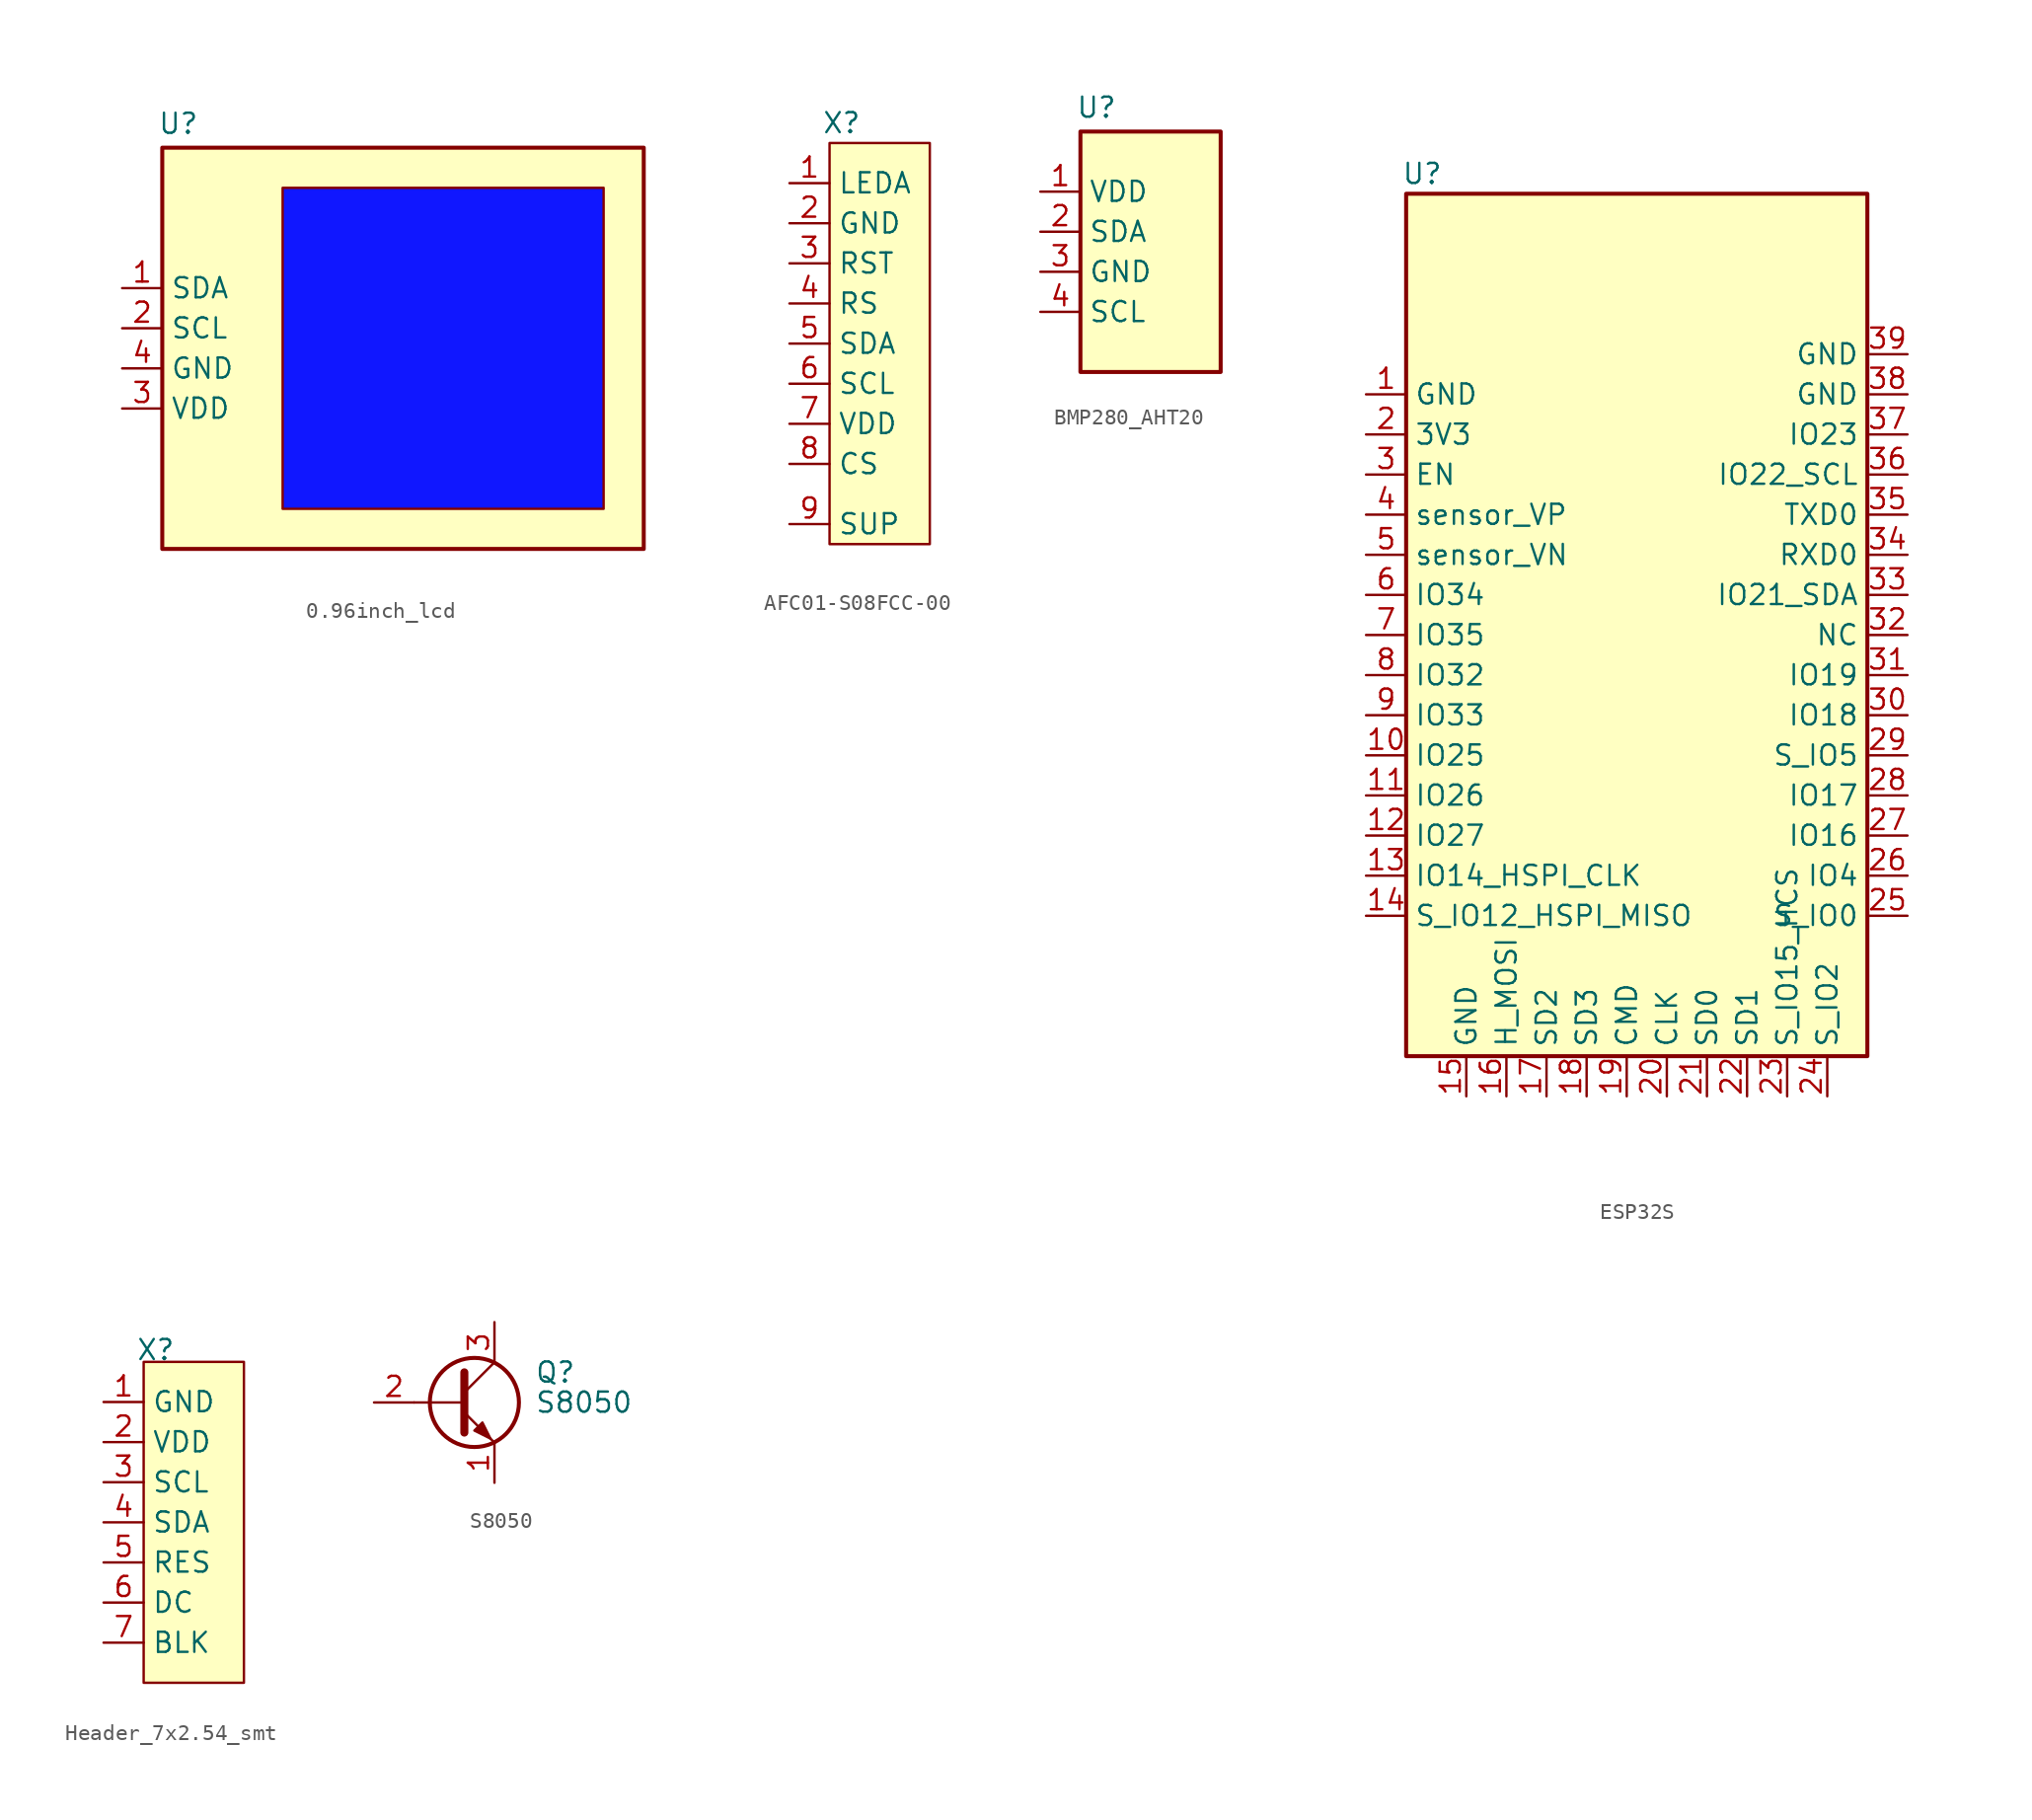
<source format=kicad_sym>
(kicad_symbol_lib
  (version 20241209)
  (generator "kicad_symbol_editor")
  (generator_version "9.0")
  (symbol "0.96inch_lcd"
    (property "Reference" "U"
      (at 1.016 1.524 0)
      (effects (font (size 1.27 1.27))))
    (property "Value" ""
      (at 0 0 0)
      (effects (font (size 1.27 1.27))))
    (symbol "0.96inch_lcd_0_1"
      (rectangle (start 0 0) (end 30.48 -25.4) (stroke (width 0.254) (type default)) (fill (type background))))
    (symbol "0.96inch_lcd_1_1"
      (rectangle (start 7.62 -2.54) (end 27.94 -22.86) (stroke (width 0) (type solid)) (fill (type color) (color 16 23 255 1)))
      (pin bidirectional line (at -2.54 -8.89 0) (length 2.54) (name "SDA" (effects (font (size 1.27 1.27)))) (number "1" (effects (font (size 1.27 1.27)))))
      (pin bidirectional line (at -2.54 -11.43 0) (length 2.54) (name "SCL" (effects (font (size 1.27 1.27)))) (number "2" (effects (font (size 1.27 1.27)))))
      (pin power_in line (at -2.54 -13.97 0) (length 2.54) (name "GND" (effects (font (size 1.27 1.27)))) (number "4" (effects (font (size 1.27 1.27)))))
      (pin power_in line (at -2.54 -16.51 0) (length 2.54) (name "VDD" (effects (font (size 1.27 1.27)))) (number "3" (effects (font (size 1.27 1.27)))))))
  (symbol "AFC01-S08FCC-00"
    (property "Reference" "X"
      (at 0.762 1.27 0)
      (effects (font (size 1.27 1.27))))
    (property "Value" ""
      (at 0 0 0)
      (effects (font (size 1.27 1.27))))
    (symbol "AFC01-S08FCC-00_1_1"
      (rectangle (start 0 0) (end 6.35 -25.4) (stroke (width 0) (type solid)) (fill (type color) (color 255 255 194 1)))
      (pin passive line (at -2.54 -2.54 0) (length 2.54) (name "LEDA" (effects (font (size 1.27 1.27)))) (number "1" (effects (font (size 1.27 1.27)))))
      (pin power_in line (at -2.54 -5.08 0) (length 2.54) (name "GND" (effects (font (size 1.27 1.27)))) (number "2" (effects (font (size 1.27 1.27)))))
      (pin input line (at -2.54 -7.62 0) (length 2.54) (name "RST" (effects (font (size 1.27 1.27)))) (number "3" (effects (font (size 1.27 1.27)))))
      (pin input line (at -2.54 -10.16 0) (length 2.54) (name "RS" (effects (font (size 1.27 1.27)))) (number "4" (effects (font (size 1.27 1.27)))))
      (pin bidirectional line (at -2.54 -12.7 0) (length 2.54) (name "SDA" (effects (font (size 1.27 1.27)))) (number "5" (effects (font (size 1.27 1.27)))))
      (pin bidirectional line (at -2.54 -15.24 0) (length 2.54) (name "SCL" (effects (font (size 1.27 1.27)))) (number "6" (effects (font (size 1.27 1.27)))))
      (pin power_in line (at -2.54 -17.78 0) (length 2.54) (name "VDD" (effects (font (size 1.27 1.27)))) (number "7" (effects (font (size 1.27 1.27)))))
      (pin passive line (at -2.54 -20.32 0) (length 2.54) (name "CS" (effects (font (size 1.27 1.27)))) (number "8" (effects (font (size 1.27 1.27)))))
      (pin passive line (at -2.54 -24.13 0) (length 2.54) (name "SUP" (effects (font (size 1.27 1.27)))) (number "9" (effects (font (size 1.27 1.27)))))))
  (symbol "BMP280_AHT20"
    (property "Reference" "U"
      (at 1.016 1.524 0)
      (effects (font (size 1.27 1.27))))
    (property "Value" ""
      (at 0 0 0)
      (effects (font (size 1.27 1.27))))
    (symbol "BMP280_AHT20_0_1"
      (rectangle (start 0 0) (end 8.89 -15.24) (stroke (width 0.254) (type default)) (fill (type background))))
    (symbol "BMP280_AHT20_1_1"
      (pin power_in line (at -2.54 -3.81 0) (length 2.54) (name "VDD" (effects (font (size 1.27 1.27)))) (number "1" (effects (font (size 1.27 1.27)))))
      (pin bidirectional line (at -2.54 -6.35 0) (length 2.54) (name "SDA" (effects (font (size 1.27 1.27)))) (number "2" (effects (font (size 1.27 1.27)))))
      (pin power_in line (at -2.54 -8.89 0) (length 2.54) (name "GND" (effects (font (size 1.27 1.27)))) (number "3" (effects (font (size 1.27 1.27)))))
      (pin bidirectional line (at -2.54 -11.43 0) (length 2.54) (name "SCL" (effects (font (size 1.27 1.27)))) (number "4" (effects (font (size 1.27 1.27)))))))
  (symbol "ESP32S"
    (property "Reference" "U"
      (at 1.016 1.27 0)
      (effects (font (size 1.27 1.27))))
    (property "Value" ""
      (at 0 0 0)
      (effects (font (size 1.27 1.27))))
    (symbol "ESP32S_0_1"
      (rectangle (start 0 0) (end 29.21 -54.61) (stroke (width 0.254) (type default)) (fill (type background))))
    (symbol "ESP32S_1_1"
      (pin power_in line (at -2.54 -12.7 0) (length 2.54) (name "GND" (effects (font (size 1.27 1.27)))) (number "1" (effects (font (size 1.27 1.27)))))
      (pin power_in line (at -2.54 -15.24 0) (length 2.54) (name "3V3" (effects (font (size 1.27 1.27)))) (number "2" (effects (font (size 1.27 1.27)))))
      (pin input line (at -2.54 -17.78 0) (length 2.54) (name "EN" (effects (font (size 1.27 1.27)))) (number "3" (effects (font (size 1.27 1.27)))))
      (pin input line (at -2.54 -20.32 0) (length 2.54) (name "sensor_VP" (effects (font (size 1.27 1.27)))) (number "4" (effects (font (size 1.27 1.27)))))
      (pin input line (at -2.54 -22.86 0) (length 2.54) (name "sensor_VN" (effects (font (size 1.27 1.27)))) (number "5" (effects (font (size 1.27 1.27)))))
      (pin bidirectional line (at -2.54 -25.4 0) (length 2.54) (name "IO34" (effects (font (size 1.27 1.27)))) (number "6" (effects (font (size 1.27 1.27)))))
      (pin bidirectional line (at -2.54 -27.94 0) (length 2.54) (name "IO35" (effects (font (size 1.27 1.27)))) (number "7" (effects (font (size 1.27 1.27)))))
      (pin bidirectional line (at -2.54 -30.48 0) (length 2.54) (name "IO32" (effects (font (size 1.27 1.27)))) (number "8" (effects (font (size 1.27 1.27)))))
      (pin bidirectional line (at -2.54 -33.02 0) (length 2.54) (name "IO33" (effects (font (size 1.27 1.27)))) (number "9" (effects (font (size 1.27 1.27)))))
      (pin bidirectional line (at -2.54 -35.56 0) (length 2.54) (name "IO25" (effects (font (size 1.27 1.27)))) (number "10" (effects (font (size 1.27 1.27)))))
      (pin bidirectional line (at -2.54 -38.1 0) (length 2.54) (name "IO26" (effects (font (size 1.27 1.27)))) (number "11" (effects (font (size 1.27 1.27)))))
      (pin bidirectional line (at -2.54 -40.64 0) (length 2.54) (name "IO27" (effects (font (size 1.27 1.27)))) (number "12" (effects (font (size 1.27 1.27)))))
      (pin bidirectional line (at -2.54 -43.18 0) (length 2.54) (name "IO14_HSPI_CLK" (effects (font (size 1.27 1.27)))) (number "13" (effects (font (size 1.27 1.27)))))
      (pin bidirectional line (at -2.54 -45.72 0) (length 2.54) (name "S_IO12_HSPI_MISO" (effects (font (size 1.27 1.27)))) (number "14" (effects (font (size 1.27 1.27)))))
      (pin power_in line (at 3.81 -57.15 90) (length 2.54) (name "GND" (effects (font (size 1.27 1.27)))) (number "15" (effects (font (size 1.27 1.27)))))
      (pin bidirectional line (at 6.35 -57.15 90) (length 2.54) (name "H_MOSI" (effects (font (size 1.27 1.27)))) (number "16" (effects (font (size 1.27 1.27)))))
      (pin bidirectional line (at 8.89 -57.15 90) (length 2.54) (name "SD2" (effects (font (size 1.27 1.27)))) (number "17" (effects (font (size 1.27 1.27)))))
      (pin bidirectional line (at 11.43 -57.15 90) (length 2.54) (name "SD3" (effects (font (size 1.27 1.27)))) (number "18" (effects (font (size 1.27 1.27)))))
      (pin bidirectional line (at 13.97 -57.15 90) (length 2.54) (name "CMD" (effects (font (size 1.27 1.27)))) (number "19" (effects (font (size 1.27 1.27)))))
      (pin bidirectional line (at 16.51 -57.15 90) (length 2.54) (name "CLK" (effects (font (size 1.27 1.27)))) (number "20" (effects (font (size 1.27 1.27)))))
      (pin bidirectional line (at 19.05 -57.15 90) (length 2.54) (name "SD0" (effects (font (size 1.27 1.27)))) (number "21" (effects (font (size 1.27 1.27)))))
      (pin bidirectional line (at 21.59 -57.15 90) (length 2.54) (name "SD1" (effects (font (size 1.27 1.27)))) (number "22" (effects (font (size 1.27 1.27)))))
      (pin bidirectional line (at 24.13 -57.15 90) (length 2.54) (name "S_IO15_HCS" (effects (font (size 1.27 1.27)))) (number "23" (effects (font (size 1.27 1.27)))))
      (pin bidirectional line (at 26.67 -57.15 90) (length 2.54) (name "S_IO2" (effects (font (size 1.27 1.27)))) (number "24" (effects (font (size 1.27 1.27)))))
      (pin power_in line (at 31.75 -10.16 180) (length 2.54) (name "GND" (effects (font (size 1.27 1.27)))) (number "39" (effects (font (size 1.27 1.27)))))
      (pin power_in line (at 31.75 -12.7 180) (length 2.54) (name "GND" (effects (font (size 1.27 1.27)))) (number "38" (effects (font (size 1.27 1.27)))))
      (pin bidirectional line (at 31.75 -15.24 180) (length 2.54) (name "IO23" (effects (font (size 1.27 1.27)))) (number "37" (effects (font (size 1.27 1.27)))))
      (pin bidirectional line (at 31.75 -17.78 180) (length 2.54) (name "IO22_SCL" (effects (font (size 1.27 1.27)))) (number "36" (effects (font (size 1.27 1.27)))))
      (pin output line (at 31.75 -20.32 180) (length 2.54) (name "TXD0" (effects (font (size 1.27 1.27)))) (number "35" (effects (font (size 1.27 1.27)))))
      (pin input line (at 31.75 -22.86 180) (length 2.54) (name "RXD0" (effects (font (size 1.27 1.27)))) (number "34" (effects (font (size 1.27 1.27)))))
      (pin bidirectional line (at 31.75 -25.4 180) (length 2.54) (name "IO21_SDA" (effects (font (size 1.27 1.27)))) (number "33" (effects (font (size 1.27 1.27)))))
      (pin bidirectional line (at 31.75 -27.94 180) (length 2.54) (name "NC" (effects (font (size 1.27 1.27)))) (number "32" (effects (font (size 1.27 1.27)))))
      (pin bidirectional line (at 31.75 -30.48 180) (length 2.54) (name "IO19" (effects (font (size 1.27 1.27)))) (number "31" (effects (font (size 1.27 1.27)))))
      (pin bidirectional line (at 31.75 -33.02 180) (length 2.54) (name "IO18" (effects (font (size 1.27 1.27)))) (number "30" (effects (font (size 1.27 1.27)))))
      (pin bidirectional line (at 31.75 -35.56 180) (length 2.54) (name "S_IO5" (effects (font (size 1.27 1.27)))) (number "29" (effects (font (size 1.27 1.27)))))
      (pin bidirectional line (at 31.75 -38.1 180) (length 2.54) (name "IO17" (effects (font (size 1.27 1.27)))) (number "28" (effects (font (size 1.27 1.27)))))
      (pin bidirectional line (at 31.75 -40.64 180) (length 2.54) (name "IO16" (effects (font (size 1.27 1.27)))) (number "27" (effects (font (size 1.27 1.27)))))
      (pin bidirectional line (at 31.75 -43.18 180) (length 2.54) (name "IO4" (effects (font (size 1.27 1.27)))) (number "26" (effects (font (size 1.27 1.27)))))
      (pin bidirectional line (at 31.75 -45.72 180) (length 2.54) (name "S_IO0" (effects (font (size 1.27 1.27)))) (number "25" (effects (font (size 1.27 1.27)))))))
  (symbol "Header_7x2.54_smt"
    (property "Reference" "X"
      (at 0.762 0.762 0)
      (effects (font (size 1.27 1.27))))
    (property "Value" ""
      (at 0 0 0)
      (effects (font (size 1.27 1.27))))
    (symbol "Header_7x2.54_smt_1_1"
      (rectangle (start 0 0) (end 6.35 -20.32) (stroke (width 0) (type solid)) (fill (type color) (color 255 255 194 1)))
      (pin power_in line (at -2.54 -2.54 0) (length 2.54) (name "GND" (effects (font (size 1.27 1.27)))) (number "1" (effects (font (size 1.27 1.27)))))
      (pin power_in line (at -2.54 -5.08 0) (length 2.54) (name "VDD" (effects (font (size 1.27 1.27)))) (number "2" (effects (font (size 1.27 1.27)))))
      (pin bidirectional line (at -2.54 -7.62 0) (length 2.54) (name "SCL" (effects (font (size 1.27 1.27)))) (number "3" (effects (font (size 1.27 1.27)))))
      (pin bidirectional line (at -2.54 -10.16 0) (length 2.54) (name "SDA" (effects (font (size 1.27 1.27)))) (number "4" (effects (font (size 1.27 1.27)))))
      (pin input line (at -2.54 -12.7 0) (length 2.54) (name "RES" (effects (font (size 1.27 1.27)))) (number "5" (effects (font (size 1.27 1.27)))))
      (pin input line (at -2.54 -15.24 0) (length 2.54) (name "DC" (effects (font (size 1.27 1.27)))) (number "6" (effects (font (size 1.27 1.27)))))
      (pin input line (at -2.54 -17.78 0) (length 2.54) (name "BLK" (effects (font (size 1.27 1.27)))) (number "7" (effects (font (size 1.27 1.27)))))))
  (symbol "S8050"
    (pin_names
      (offset 0)
      (hide yes))
    (property "Reference" "Q"
      (at 5.08 1.905 0)
      (effects (font (size 1.27 1.27)) (justify left)))
    (property "Value" "S8050"
      (at 5.08 0 0)
      (effects (font (size 1.27 1.27)) (justify left)))
    (symbol "S8050_0_1"
      (polyline (pts (xy -2.54 0) (xy 0.635 0)) (stroke (width 0) (type default)) (fill (type none)))
      (polyline (pts (xy 0.635 1.905) (xy 0.635 -1.905)) (stroke (width 0.508) (type default)) (fill (type none)))
      (circle (center 1.27 0) (radius 2.819) (stroke (width 0.254) (type default)) (fill (type none))))
    (symbol "S8050_1_1"
      (polyline (pts (xy 0.635 0.635) (xy 2.54 2.54)) (stroke (width 0) (type default)) (fill (type none)))
      (polyline (pts (xy 0.635 -0.635) (xy 2.54 -2.54)) (stroke (width 0) (type default)) (fill (type none)))
      (polyline (pts (xy 1.27 -1.778) (xy 1.778 -1.27) (xy 2.286 -2.286) (xy 1.27 -1.778)) (stroke (width 0) (type default)) (fill (type outline)))
      (pin input line (at -5.08 0 0) (length 2.54) (name "B" (effects (font (size 1.27 1.27)))) (number "2" (effects (font (size 1.27 1.27)))))
      (pin passive line (at 2.54 5.08 270) (length 2.54) (name "C" (effects (font (size 1.27 1.27)))) (number "3" (effects (font (size 1.27 1.27)))))
      (pin passive line (at 2.54 -5.08 90) (length 2.54) (name "E" (effects (font (size 1.27 1.27)))) (number "1" (effects (font (size 1.27 1.27))))))))
</source>
